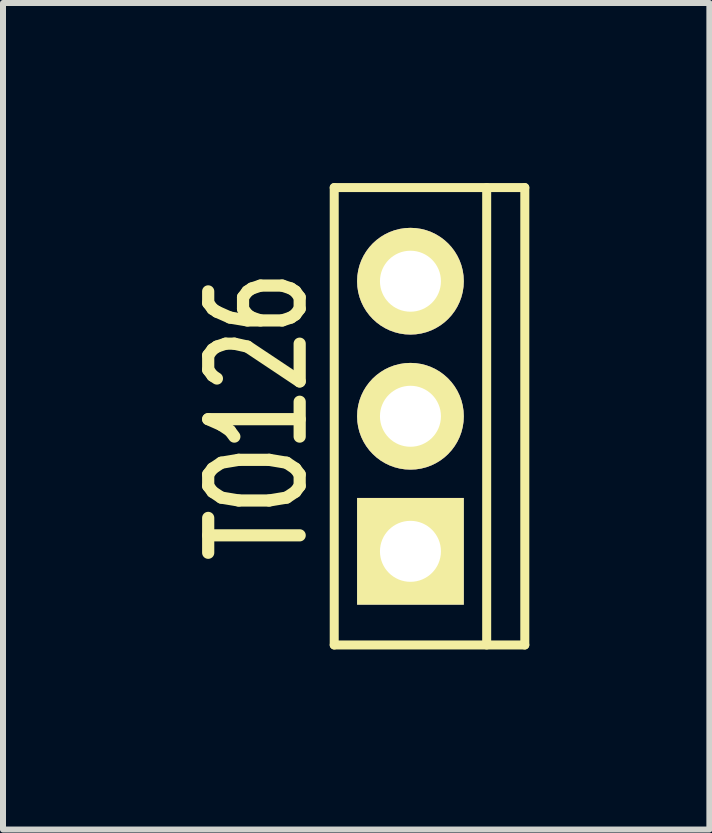
<source format=kicad_pcb>
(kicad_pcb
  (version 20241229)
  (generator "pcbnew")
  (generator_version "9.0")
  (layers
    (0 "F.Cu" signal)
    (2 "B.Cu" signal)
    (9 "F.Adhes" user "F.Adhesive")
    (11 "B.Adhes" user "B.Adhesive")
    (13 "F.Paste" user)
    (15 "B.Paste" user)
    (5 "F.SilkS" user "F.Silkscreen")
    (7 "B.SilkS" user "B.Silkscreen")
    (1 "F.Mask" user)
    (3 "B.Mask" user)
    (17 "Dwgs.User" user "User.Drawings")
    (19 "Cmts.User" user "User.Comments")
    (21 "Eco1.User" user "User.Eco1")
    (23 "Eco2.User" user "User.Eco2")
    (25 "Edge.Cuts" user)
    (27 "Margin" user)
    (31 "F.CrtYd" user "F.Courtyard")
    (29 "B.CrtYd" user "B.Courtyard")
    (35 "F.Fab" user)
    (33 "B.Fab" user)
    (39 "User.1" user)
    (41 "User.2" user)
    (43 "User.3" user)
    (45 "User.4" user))
  (footprint "TO126"
    (layer "F.Cu")
    (at 3.788 3.885)
    (property "Reference" "TO126" (at -2.54 0 90) (layer "F.SilkS") (effects (font (size 1.524 1.016) (thickness 0.203))))
    (attr through_hole)
    (fp_line (start -1.27 -3.81) (end 1.905 -3.81) (stroke (width 0.15) (type solid)) (layer "F.SilkS"))
    (fp_line (start -1.27 3.81) (end -1.27 -3.81) (stroke (width 0.15) (type solid)) (layer "F.SilkS"))
    (fp_line (start 1.27 -3.81) (end 1.27 3.81) (stroke (width 0.15) (type solid)) (layer "F.SilkS"))
    (fp_line (start 1.905 3.81) (end -1.27 3.81) (stroke (width 0.15) (type solid)) (layer "F.SilkS"))
    (fp_line (start 1.905 3.81) (end 1.905 -3.81) (stroke (width 0.15) (type solid)) (layer "F.SilkS"))
    (pad "1" thru_hole rect (at 0 2.25) (size 1.778 1.778) (drill 1.016) (layers "*.Cu" "*.Mask" "F.SilkS"))
    (pad "2" thru_hole circle (at 0 -2.25) (size 1.778 1.778) (drill 1.016) (layers "*.Cu" "*.Mask" "F.SilkS"))
    (pad "3" thru_hole circle (at 0 0) (size 1.778 1.778) (drill 1.016) (layers "*.Cu" "*.Mask" "F.SilkS")))
  (gr_rect
    (start -3 -3)
    (end 8.768 10.77)
    (stroke (width 0.1) (type default))
    (fill no)
    (layer "Edge.Cuts")))
</source>
